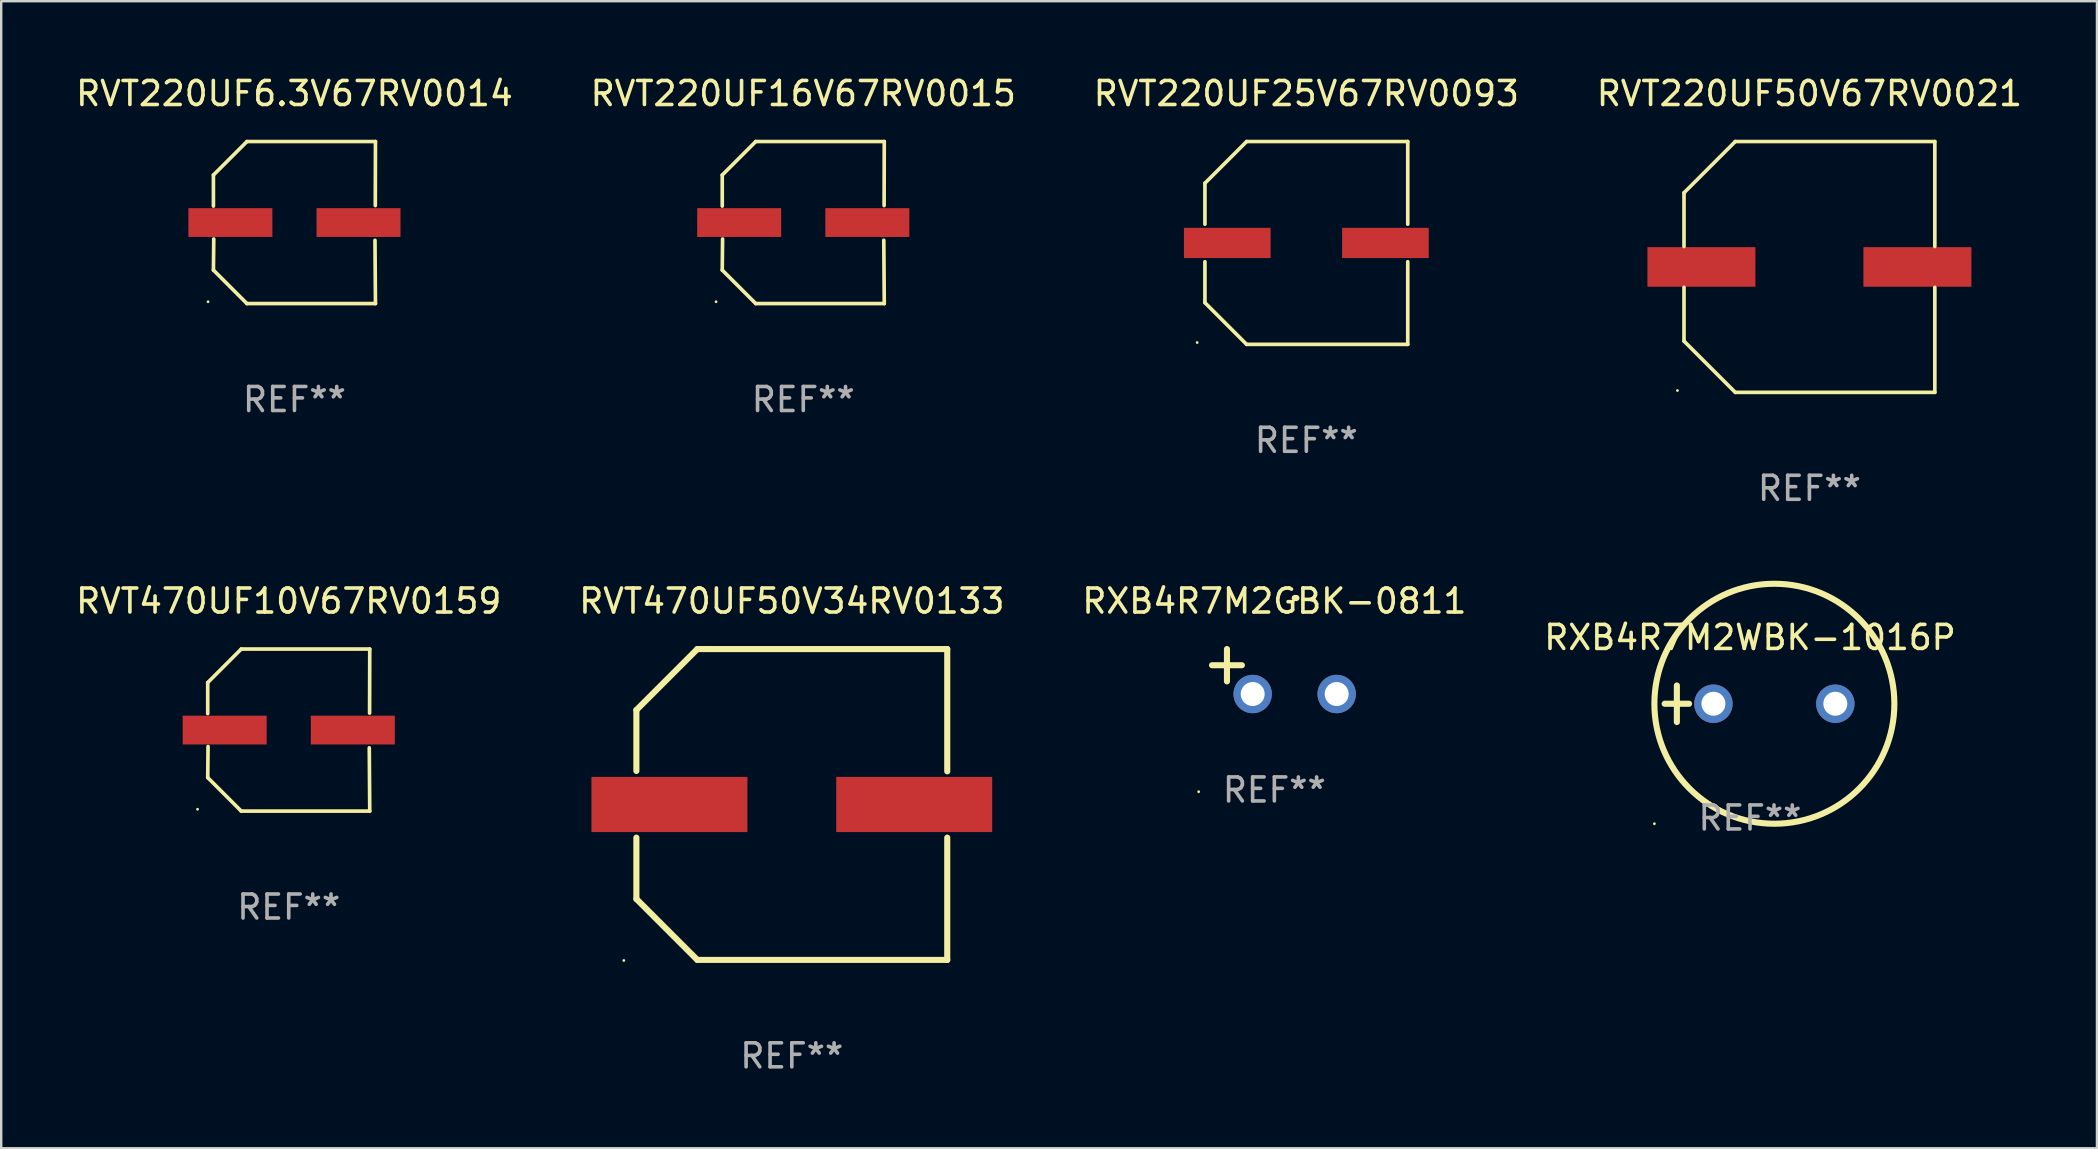
<source format=kicad_pcb>
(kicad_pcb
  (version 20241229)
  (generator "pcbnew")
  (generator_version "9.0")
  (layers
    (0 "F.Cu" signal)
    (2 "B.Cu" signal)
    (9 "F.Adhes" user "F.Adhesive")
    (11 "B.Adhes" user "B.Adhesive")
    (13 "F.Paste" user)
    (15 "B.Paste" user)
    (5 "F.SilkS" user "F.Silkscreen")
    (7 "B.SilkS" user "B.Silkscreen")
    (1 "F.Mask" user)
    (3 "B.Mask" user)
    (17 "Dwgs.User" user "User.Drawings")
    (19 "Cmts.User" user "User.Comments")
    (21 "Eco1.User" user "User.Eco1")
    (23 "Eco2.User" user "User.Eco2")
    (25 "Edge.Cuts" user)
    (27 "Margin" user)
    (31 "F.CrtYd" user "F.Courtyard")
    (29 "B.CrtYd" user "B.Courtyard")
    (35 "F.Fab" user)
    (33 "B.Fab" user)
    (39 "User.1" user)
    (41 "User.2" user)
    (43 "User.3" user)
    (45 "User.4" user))
  (footprint "RVT220UF50V67RV0021"
    (layer "F.Cu")
    (at 72.351 8.074)
    (property "Reference" "RVT220UF50V67RV0021" (at 0 -7.226 0) (layer "F.SilkS") (effects (font (size 1 1) (thickness 0.15))))
    (attr through_hole)
    (fp_line (start -5.226 -3.09) (end -5.226 -0.852) (stroke (width 0.152) (type solid)) (layer "F.SilkS"))
    (fp_line (start -5.226 3.09) (end -5.226 0.852) (stroke (width 0.152) (type solid)) (layer "F.SilkS"))
    (fp_line (start -3.09 -5.226) (end -5.226 -3.09) (stroke (width 0.152) (type solid)) (layer "F.SilkS"))
    (fp_line (start -3.09 5.226) (end -5.226 3.09) (stroke (width 0.152) (type solid)) (layer "F.SilkS"))
    (fp_line (start 5.226 -5.226) (end -3.09 -5.226) (stroke (width 0.152) (type solid)) (layer "F.SilkS"))
    (fp_line (start 5.226 -0.852) (end 5.226 -5.226) (stroke (width 0.152) (type solid)) (layer "F.SilkS"))
    (fp_line (start 5.226 0.852) (end 5.226 5.226) (stroke (width 0.152) (type solid)) (layer "F.SilkS"))
    (fp_line (start 5.226 5.226) (end -3.09 5.226) (stroke (width 0.152) (type solid)) (layer "F.SilkS"))
    (fp_circle (center -5.5 5.15) (end -5.47 5.15) (stroke (width 0.06) (type solid)) (fill no) (layer "F.SilkS"))
    (fp_text user "REF**" (at 0 9.226 0) (layer "F.Fab") (effects (font (size 1 1) (thickness 0.15))))
    (pad "1" smd rect (at -4.5 -0.000025) (size 4.5 1.65) (layers "F.Cu" "F.Mask" "F.Paste"))
    (pad "2" smd rect (at 4.5 -0.000025) (size 4.5 1.65) (layers "F.Cu" "F.Mask" "F.Paste")))
  (footprint "RXB4R7M2GBK-0811"
    (layer "F.Cu")
    (at 50.054 24.934)
    (property "Reference" "RXB4R7M2GBK-0811" (at 0 -2.937 0) (layer "F.SilkS") (effects (font (size 1 1) (thickness 0.15))))
    (attr through_hole)
    (fp_line (start -1.975 0.41) (end -1.975 -0.937) (stroke (width 0.254) (type solid)) (layer "F.SilkS"))
    (fp_line (start -1.353 -0.263) (end -2.597 -0.263) (stroke (width 0.254) (type solid)) (layer "F.SilkS"))
    (fp_arc (start 0.849809 -3.063957) (mid 0.885369 -3.064114) (end 0.920929 -3.063957) (stroke (width 0.254001) (type solid)) (layer "F.SilkS"))
    (fp_circle (center -3.154 5.008) (end -3.124 5.008) (stroke (width 0.06) (type solid)) (fill no) (layer "F.SilkS"))
    (fp_text user "REF**" (at 0 4.937 0) (layer "F.Fab") (effects (font (size 1 1) (thickness 0.15))))
    (pad "1" thru_hole circle (at -0.903 0.937) (size 1.6 1.6) (drill 1) (layers "*.Cu" "*.Mask"))
    (pad "2" thru_hole circle (at 2.597 0.937) (size 1.6 1.6) (drill 1) (layers "*.Cu" "*.Mask")))
  (footprint "RVT220UF6.3V67RV0014"
    (layer "F.Cu")
    (at 9.22 6.224)
    (property "Reference" "RVT220UF6.3V67RV0014" (at 0 -5.376 0) (layer "F.SilkS") (effects (font (size 1 1) (thickness 0.15))))
    (attr through_hole)
    (fp_line (start -3.376 -1.98) (end -3.376 -0.686) (stroke (width 0.152) (type solid)) (layer "F.SilkS"))
    (fp_line (start -3.376 1.981) (end -3.362 0.686) (stroke (width 0.152) (type solid)) (layer "F.SilkS"))
    (fp_line (start -1.981 3.376) (end -3.376 1.981) (stroke (width 0.152) (type solid)) (layer "F.SilkS"))
    (fp_line (start -1.98 -3.376) (end -3.376 -1.98) (stroke (width 0.152) (type solid)) (layer "F.SilkS"))
    (fp_line (start 3.356 0.74) (end 3.376 3.376) (stroke (width 0.152) (type solid)) (layer "F.SilkS"))
    (fp_line (start 3.369 -0.707) (end 3.376 -3.376) (stroke (width 0.152) (type solid)) (layer "F.SilkS"))
    (fp_line (start 3.376 3.376) (end -1.981 3.376) (stroke (width 0.152) (type solid)) (layer "F.SilkS"))
    (fp_line (start 3.376 -3.376) (end -1.98 -3.376) (stroke (width 0.152) (type solid)) (layer "F.SilkS"))
    (fp_circle (center -3.6 3.3) (end -3.57 3.3) (stroke (width 0.06) (type solid)) (fill no) (layer "F.SilkS"))
    (fp_text user "REF**" (at 0 7.376 0) (layer "F.Fab") (effects (font (size 1 1) (thickness 0.15))))
    (pad "1" smd rect (at -2.67 0.000381) (size 3.5 1.2) (layers "F.Cu" "F.Mask" "F.Paste"))
    (pad "2" smd rect (at 2.67 0.000381) (size 3.5 1.2) (layers "F.Cu" "F.Mask" "F.Paste")))
  (footprint "RVT220UF25V67RV0093"
    (layer "F.Cu")
    (at 51.387 7.074)
    (property "Reference" "RVT220UF25V67RV0093" (at 0 -6.226 0) (layer "F.SilkS") (effects (font (size 1 1) (thickness 0.15))))
    (attr through_hole)
    (fp_line (start -4.226 -2.49) (end -4.226 -0.782) (stroke (width 0.152) (type solid)) (layer "F.SilkS"))
    (fp_line (start -4.226 2.49) (end -4.226 0.782) (stroke (width 0.152) (type solid)) (layer "F.SilkS"))
    (fp_line (start -2.49 -4.226) (end -4.226 -2.49) (stroke (width 0.152) (type solid)) (layer "F.SilkS"))
    (fp_line (start -2.49 4.226) (end -4.226 2.49) (stroke (width 0.152) (type solid)) (layer "F.SilkS"))
    (fp_line (start 4.226 -4.226) (end -2.49 -4.226) (stroke (width 0.152) (type solid)) (layer "F.SilkS"))
    (fp_line (start 4.226 -0.782) (end 4.226 -4.226) (stroke (width 0.152) (type solid)) (layer "F.SilkS"))
    (fp_line (start 4.226 0.782) (end 4.226 4.226) (stroke (width 0.152) (type solid)) (layer "F.SilkS"))
    (fp_line (start 4.226 4.226) (end -2.49 4.226) (stroke (width 0.152) (type solid)) (layer "F.SilkS"))
    (fp_circle (center -4.55 4.15) (end -4.52 4.15) (stroke (width 0.06) (type solid)) (fill no) (layer "F.SilkS"))
    (fp_text user "REF**" (at 0 8.226 0) (layer "F.Fab") (effects (font (size 1 1) (thickness 0.15))))
    (pad "1" smd rect (at -3.295 0 180) (size 3.61 1.26) (layers "F.Cu" "F.Mask" "F.Paste"))
    (pad "2" smd rect (at 3.295 0 180) (size 3.61 1.26) (layers "F.Cu" "F.Mask" "F.Paste")))
  (footprint "RVT470UF50V34RV0133"
    (layer "F.Cu")
    (at 29.946 30.474)
    (property "Reference" "RVT470UF50V34RV0133" (at 0 -8.477 0) (layer "F.SilkS") (effects (font (size 1 1) (thickness 0.15))))
    (attr through_hole)
    (fp_line (start -6.477 -3.937) (end -6.477 -1.397) (stroke (width 0.254) (type solid)) (layer "F.SilkS"))
    (fp_line (start -6.477 1.381) (end -6.477 3.937) (stroke (width 0.254) (type solid)) (layer "F.SilkS"))
    (fp_line (start -6.477 3.937) (end -3.937 6.477) (stroke (width 0.254) (type solid)) (layer "F.SilkS"))
    (fp_line (start -3.937 -6.477) (end -6.477 -3.937) (stroke (width 0.254) (type solid)) (layer "F.SilkS"))
    (fp_line (start -3.937 6.477) (end 6.477 6.477) (stroke (width 0.254) (type solid)) (layer "F.SilkS"))
    (fp_line (start 6.477 -6.477) (end -3.937 -6.477) (stroke (width 0.254) (type solid)) (layer "F.SilkS"))
    (fp_line (start 6.477 -1.381) (end 6.477 -6.477) (stroke (width 0.254) (type solid)) (layer "F.SilkS"))
    (fp_line (start 6.477 6.477) (end 6.477 1.381) (stroke (width 0.254) (type solid)) (layer "F.SilkS"))
    (fp_circle (center -7 6.5) (end -6.97 6.5) (stroke (width 0.06) (type solid)) (fill no) (layer "F.SilkS"))
    (fp_text user "REF**" (at 0 10.477 0) (layer "F.Fab") (effects (font (size 1 1) (thickness 0.15))))
    (pad "1" smd rect (at -5.1 0) (size 6.5 2.3) (layers "F.Cu" "F.Mask" "F.Paste"))
    (pad "2" smd rect (at 5.1 0) (size 6.5 2.3) (layers "F.Cu" "F.Mask" "F.Paste")))
  (footprint "RXB4R7M2WBK-1016P"
    (layer "F.Cu")
    (at 69.875 26.276)
    (property "Reference" "RXB4R7M2WBK-1016P" (at 0 -2.762 0) (layer "F.SilkS") (effects (font (size 1 1) (thickness 0.15))))
    (attr through_hole)
    (fp_line (start -3.556 0) (end -2.54 0) (stroke (width 0.254) (type solid)) (layer "F.SilkS"))
    (fp_line (start -3.048 -0.762) (end -3.048 0.762) (stroke (width 0.254) (type solid)) (layer "F.SilkS"))
    (fp_circle (center -3.984 5) (end -3.954 5) (stroke (width 0.06) (type solid)) (fill no) (layer "F.SilkS"))
    (fp_circle (center 1.016 0) (end 6.016 0) (stroke (width 0.254) (type solid)) (fill no) (layer "F.SilkS"))
    (fp_text user "REF**" (at 0 4.762 0) (layer "F.Fab") (effects (font (size 1 1) (thickness 0.15))))
    (pad "1" thru_hole circle (at -1.524 0) (size 1.6 1.6) (drill 1) (layers "*.Cu" "*.Mask"))
    (pad "2" thru_hole circle (at 3.556 0) (size 1.6 1.6) (drill 1) (layers "*.Cu" "*.Mask")))
  (footprint "RVT470UF10V67RV0159"
    (layer "F.Cu")
    (at 8.982 27.373)
    (property "Reference" "RVT470UF10V67RV0159" (at 0 -5.376 0) (layer "F.SilkS") (effects (font (size 1 1) (thickness 0.15))))
    (attr through_hole)
    (fp_line (start -3.376 -1.98) (end -3.376 -0.686) (stroke (width 0.152) (type solid)) (layer "F.SilkS"))
    (fp_line (start -3.376 1.981) (end -3.362 0.686) (stroke (width 0.152) (type solid)) (layer "F.SilkS"))
    (fp_line (start -1.981 3.376) (end -3.376 1.981) (stroke (width 0.152) (type solid)) (layer "F.SilkS"))
    (fp_line (start -1.98 -3.376) (end -3.376 -1.98) (stroke (width 0.152) (type solid)) (layer "F.SilkS"))
    (fp_line (start 3.356 0.74) (end 3.376 3.376) (stroke (width 0.152) (type solid)) (layer "F.SilkS"))
    (fp_line (start 3.369 -0.707) (end 3.376 -3.376) (stroke (width 0.152) (type solid)) (layer "F.SilkS"))
    (fp_line (start 3.376 3.376) (end -1.981 3.376) (stroke (width 0.152) (type solid)) (layer "F.SilkS"))
    (fp_line (start 3.376 -3.376) (end -1.98 -3.376) (stroke (width 0.152) (type solid)) (layer "F.SilkS"))
    (fp_circle (center -3.8 3.3) (end -3.77 3.3) (stroke (width 0.06) (type solid)) (fill no) (layer "F.SilkS"))
    (fp_text user "REF**" (at 0 7.376 0) (layer "F.Fab") (effects (font (size 1 1) (thickness 0.15))))
    (pad "1" smd rect (at -2.67 0.000203) (size 3.5 1.2) (layers "F.Cu" "F.Mask" "F.Paste"))
    (pad "2" smd rect (at 2.67 0.000203) (size 3.5 1.2) (layers "F.Cu" "F.Mask" "F.Paste")))
  (footprint "RVT220UF16V67RV0015"
    (layer "F.Cu")
    (at 30.423 6.224)
    (property "Reference" "RVT220UF16V67RV0015" (at 0 -5.376 0) (layer "F.SilkS") (effects (font (size 1 1) (thickness 0.15))))
    (attr through_hole)
    (fp_line (start -3.376 -1.98) (end -3.376 -0.686) (stroke (width 0.152) (type solid)) (layer "F.SilkS"))
    (fp_line (start -3.376 1.981) (end -3.362 0.686) (stroke (width 0.152) (type solid)) (layer "F.SilkS"))
    (fp_line (start -1.981 3.376) (end -3.376 1.981) (stroke (width 0.152) (type solid)) (layer "F.SilkS"))
    (fp_line (start -1.98 -3.376) (end -3.376 -1.98) (stroke (width 0.152) (type solid)) (layer "F.SilkS"))
    (fp_line (start 3.356 0.74) (end 3.376 3.376) (stroke (width 0.152) (type solid)) (layer "F.SilkS"))
    (fp_line (start 3.369 -0.707) (end 3.376 -3.376) (stroke (width 0.152) (type solid)) (layer "F.SilkS"))
    (fp_line (start 3.376 3.376) (end -1.981 3.376) (stroke (width 0.152) (type solid)) (layer "F.SilkS"))
    (fp_line (start 3.376 -3.376) (end -1.98 -3.376) (stroke (width 0.152) (type solid)) (layer "F.SilkS"))
    (fp_circle (center -3.634 3.3) (end -3.604 3.3) (stroke (width 0.06) (type solid)) (fill no) (layer "F.SilkS"))
    (fp_text user "REF**" (at 0 7.376 0) (layer "F.Fab") (effects (font (size 1 1) (thickness 0.15))))
    (pad "1" smd rect (at -2.67 0.000254) (size 3.5 1.2) (layers "F.Cu" "F.Mask" "F.Paste"))
    (pad "2" smd rect (at 2.67 0.000254) (size 3.5 1.2) (layers "F.Cu" "F.Mask" "F.Paste")))
  (gr_rect
    (start -3 -3)
    (end 84.333 44.8)
    (stroke (width 0.1) (type default))
    (fill no)
    (layer "Edge.Cuts")))
</source>
